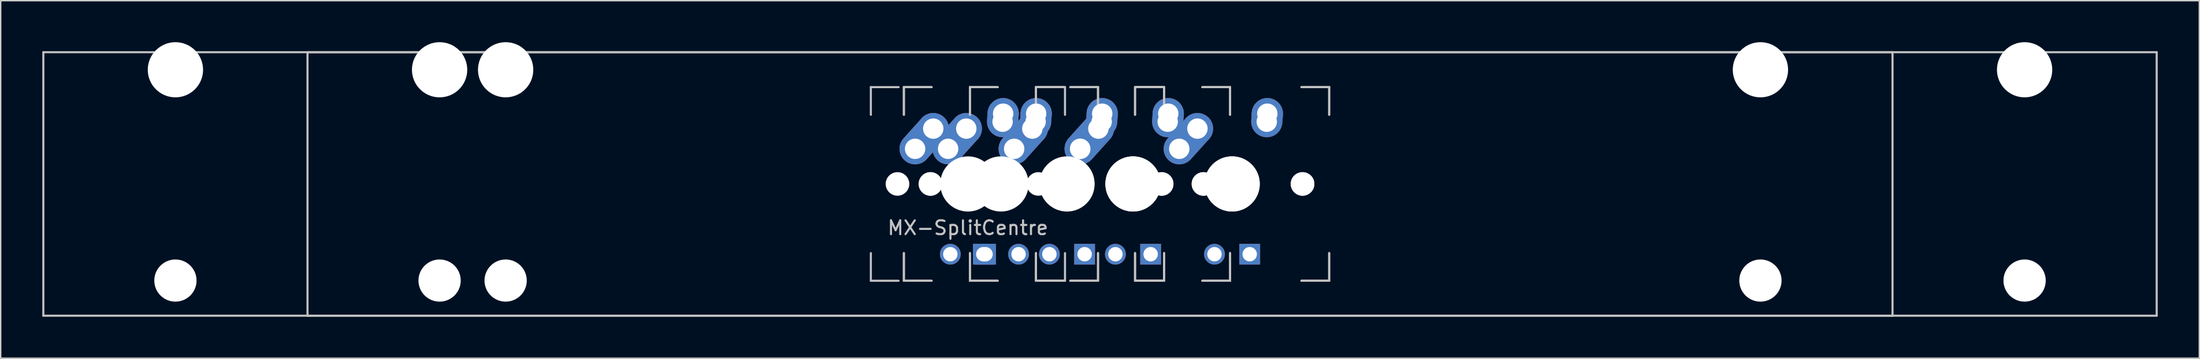
<source format=kicad_pcb>
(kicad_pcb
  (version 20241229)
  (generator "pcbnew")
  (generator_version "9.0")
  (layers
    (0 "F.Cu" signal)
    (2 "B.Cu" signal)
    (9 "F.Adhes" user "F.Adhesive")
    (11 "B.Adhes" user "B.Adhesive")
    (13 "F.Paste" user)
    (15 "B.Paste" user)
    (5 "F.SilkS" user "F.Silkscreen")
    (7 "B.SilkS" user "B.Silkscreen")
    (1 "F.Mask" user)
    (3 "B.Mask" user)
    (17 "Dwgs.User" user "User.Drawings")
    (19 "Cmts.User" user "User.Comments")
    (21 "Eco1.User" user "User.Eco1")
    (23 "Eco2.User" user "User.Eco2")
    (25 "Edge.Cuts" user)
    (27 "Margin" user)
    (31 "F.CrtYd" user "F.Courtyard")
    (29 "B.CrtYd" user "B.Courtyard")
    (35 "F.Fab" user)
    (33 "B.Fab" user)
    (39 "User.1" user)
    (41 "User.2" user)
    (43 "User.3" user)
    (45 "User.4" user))
  (footprint "MX-SplitCentre"
    (layer "F.Cu")
    (at 66.75 10.249)
    (property "Reference" "MX-SplitCentre" (at 0 3.175 0) (layer "Dwgs.User") (effects (font (size 1 1) (thickness 0.15))))
    (attr through_hole)
    (fp_line (start -66.675 -9.525) (end 66.675 -9.525) (stroke (width 0.15) (type solid)) (layer "Dwgs.User"))
    (fp_line (start -66.675 9.525) (end -66.675 -9.525) (stroke (width 0.15) (type solid)) (layer "Dwgs.User"))
    (fp_line (start -66.675 9.525) (end 66.675 9.525) (stroke (width 0.15) (type solid)) (layer "Dwgs.User"))
    (fp_line (start -47.625 -9.525) (end 85.725 -9.525) (stroke (width 0.15) (type solid)) (layer "Dwgs.User"))
    (fp_line (start -47.625 9.525) (end -47.625 -9.525) (stroke (width 0.15) (type solid)) (layer "Dwgs.User"))
    (fp_line (start -47.625 9.525) (end 85.725 9.525) (stroke (width 0.15) (type solid)) (layer "Dwgs.User"))
    (fp_line (start -7 -7) (end -7 -5) (stroke (width 0.15) (type solid)) (layer "Dwgs.User"))
    (fp_line (start -7 5) (end -7 7) (stroke (width 0.15) (type solid)) (layer "Dwgs.User"))
    (fp_line (start -7 7) (end -5 7) (stroke (width 0.15) (type solid)) (layer "Dwgs.User"))
    (fp_line (start -5 -7) (end -7 -7) (stroke (width 0.15) (type solid)) (layer "Dwgs.User"))
    (fp_line (start -4.619 -7) (end -4.619 -5) (stroke (width 0.15) (type solid)) (layer "Dwgs.User"))
    (fp_line (start -4.619 -7) (end -4.619 -5) (stroke (width 0.15) (type solid)) (layer "Dwgs.User"))
    (fp_line (start -4.619 5) (end -4.619 7) (stroke (width 0.15) (type solid)) (layer "Dwgs.User"))
    (fp_line (start -4.619 5) (end -4.619 7) (stroke (width 0.15) (type solid)) (layer "Dwgs.User"))
    (fp_line (start -4.619 7) (end -2.619 7) (stroke (width 0.15) (type solid)) (layer "Dwgs.User"))
    (fp_line (start -4.619 7) (end -2.619 7) (stroke (width 0.15) (type solid)) (layer "Dwgs.User"))
    (fp_line (start -2.619 -7) (end -4.619 -7) (stroke (width 0.15) (type solid)) (layer "Dwgs.User"))
    (fp_line (start -2.619 -7) (end -4.619 -7) (stroke (width 0.15) (type solid)) (layer "Dwgs.User"))
    (fp_line (start 0.144 -7) (end 0.144 -5) (stroke (width 0.15) (type solid)) (layer "Dwgs.User"))
    (fp_line (start 0.144 -7) (end 0.144 -5) (stroke (width 0.15) (type solid)) (layer "Dwgs.User"))
    (fp_line (start 0.144 5) (end 0.144 7) (stroke (width 0.15) (type solid)) (layer "Dwgs.User"))
    (fp_line (start 0.144 5) (end 0.144 7) (stroke (width 0.15) (type solid)) (layer "Dwgs.User"))
    (fp_line (start 0.144 7) (end 2.144 7) (stroke (width 0.15) (type solid)) (layer "Dwgs.User"))
    (fp_line (start 0.144 7) (end 2.144 7) (stroke (width 0.15) (type solid)) (layer "Dwgs.User"))
    (fp_line (start 2.144 -7) (end 0.144 -7) (stroke (width 0.15) (type solid)) (layer "Dwgs.User"))
    (fp_line (start 2.144 -7) (end 0.144 -7) (stroke (width 0.15) (type solid)) (layer "Dwgs.User"))
    (fp_line (start 4.906 -7) (end 4.906 -5) (stroke (width 0.15) (type solid)) (layer "Dwgs.User"))
    (fp_line (start 4.906 -7) (end 4.906 -5) (stroke (width 0.15) (type solid)) (layer "Dwgs.User"))
    (fp_line (start 4.906 5) (end 4.906 7) (stroke (width 0.15) (type solid)) (layer "Dwgs.User"))
    (fp_line (start 4.906 5) (end 4.906 7) (stroke (width 0.15) (type solid)) (layer "Dwgs.User"))
    (fp_line (start 4.906 7) (end 6.906 7) (stroke (width 0.15) (type solid)) (layer "Dwgs.User"))
    (fp_line (start 4.906 7) (end 6.906 7) (stroke (width 0.15) (type solid)) (layer "Dwgs.User"))
    (fp_line (start 5 -7) (end 7 -7) (stroke (width 0.15) (type solid)) (layer "Dwgs.User"))
    (fp_line (start 5 7) (end 7 7) (stroke (width 0.15) (type solid)) (layer "Dwgs.User"))
    (fp_line (start 6.906 -7) (end 4.906 -7) (stroke (width 0.15) (type solid)) (layer "Dwgs.User"))
    (fp_line (start 6.906 -7) (end 4.906 -7) (stroke (width 0.15) (type solid)) (layer "Dwgs.User"))
    (fp_line (start 7 -7) (end 7 -5) (stroke (width 0.15) (type solid)) (layer "Dwgs.User"))
    (fp_line (start 7 7) (end 7 5) (stroke (width 0.15) (type solid)) (layer "Dwgs.User"))
    (fp_line (start 7.381 -7) (end 9.381 -7) (stroke (width 0.15) (type solid)) (layer "Dwgs.User"))
    (fp_line (start 7.381 -7) (end 9.381 -7) (stroke (width 0.15) (type solid)) (layer "Dwgs.User"))
    (fp_line (start 7.381 7) (end 9.381 7) (stroke (width 0.15) (type solid)) (layer "Dwgs.User"))
    (fp_line (start 7.381 7) (end 9.381 7) (stroke (width 0.15) (type solid)) (layer "Dwgs.User"))
    (fp_line (start 9.381 -7) (end 9.381 -5) (stroke (width 0.15) (type solid)) (layer "Dwgs.User"))
    (fp_line (start 9.381 -7) (end 9.381 -5) (stroke (width 0.15) (type solid)) (layer "Dwgs.User"))
    (fp_line (start 9.381 7) (end 9.381 5) (stroke (width 0.15) (type solid)) (layer "Dwgs.User"))
    (fp_line (start 9.381 7) (end 9.381 5) (stroke (width 0.15) (type solid)) (layer "Dwgs.User"))
    (fp_line (start 12.05 -7) (end 12.05 -5) (stroke (width 0.15) (type solid)) (layer "Dwgs.User"))
    (fp_line (start 12.05 -7) (end 12.05 -5) (stroke (width 0.15) (type solid)) (layer "Dwgs.User"))
    (fp_line (start 12.05 5) (end 12.05 7) (stroke (width 0.15) (type solid)) (layer "Dwgs.User"))
    (fp_line (start 12.05 5) (end 12.05 7) (stroke (width 0.15) (type solid)) (layer "Dwgs.User"))
    (fp_line (start 12.05 7) (end 14.05 7) (stroke (width 0.15) (type solid)) (layer "Dwgs.User"))
    (fp_line (start 12.05 7) (end 14.05 7) (stroke (width 0.15) (type solid)) (layer "Dwgs.User"))
    (fp_line (start 12.144 -7) (end 14.144 -7) (stroke (width 0.15) (type solid)) (layer "Dwgs.User"))
    (fp_line (start 12.144 -7) (end 14.144 -7) (stroke (width 0.15) (type solid)) (layer "Dwgs.User"))
    (fp_line (start 12.144 7) (end 14.144 7) (stroke (width 0.15) (type solid)) (layer "Dwgs.User"))
    (fp_line (start 12.144 7) (end 14.144 7) (stroke (width 0.15) (type solid)) (layer "Dwgs.User"))
    (fp_line (start 14.05 -7) (end 12.05 -7) (stroke (width 0.15) (type solid)) (layer "Dwgs.User"))
    (fp_line (start 14.05 -7) (end 12.05 -7) (stroke (width 0.15) (type solid)) (layer "Dwgs.User"))
    (fp_line (start 14.144 -7) (end 14.144 -5) (stroke (width 0.15) (type solid)) (layer "Dwgs.User"))
    (fp_line (start 14.144 -7) (end 14.144 -5) (stroke (width 0.15) (type solid)) (layer "Dwgs.User"))
    (fp_line (start 14.144 7) (end 14.144 5) (stroke (width 0.15) (type solid)) (layer "Dwgs.User"))
    (fp_line (start 14.144 7) (end 14.144 5) (stroke (width 0.15) (type solid)) (layer "Dwgs.User"))
    (fp_line (start 16.906 -7) (end 18.906 -7) (stroke (width 0.15) (type solid)) (layer "Dwgs.User"))
    (fp_line (start 16.906 -7) (end 18.906 -7) (stroke (width 0.15) (type solid)) (layer "Dwgs.User"))
    (fp_line (start 16.906 7) (end 18.906 7) (stroke (width 0.15) (type solid)) (layer "Dwgs.User"))
    (fp_line (start 16.906 7) (end 18.906 7) (stroke (width 0.15) (type solid)) (layer "Dwgs.User"))
    (fp_line (start 18.906 -7) (end 18.906 -5) (stroke (width 0.15) (type solid)) (layer "Dwgs.User"))
    (fp_line (start 18.906 -7) (end 18.906 -5) (stroke (width 0.15) (type solid)) (layer "Dwgs.User"))
    (fp_line (start 18.906 7) (end 18.906 5) (stroke (width 0.15) (type solid)) (layer "Dwgs.User"))
    (fp_line (start 18.906 7) (end 18.906 5) (stroke (width 0.15) (type solid)) (layer "Dwgs.User"))
    (fp_line (start 24.05 -7) (end 26.05 -7) (stroke (width 0.15) (type solid)) (layer "Dwgs.User"))
    (fp_line (start 24.05 -7) (end 26.05 -7) (stroke (width 0.15) (type solid)) (layer "Dwgs.User"))
    (fp_line (start 24.05 7) (end 26.05 7) (stroke (width 0.15) (type solid)) (layer "Dwgs.User"))
    (fp_line (start 24.05 7) (end 26.05 7) (stroke (width 0.15) (type solid)) (layer "Dwgs.User"))
    (fp_line (start 26.05 -7) (end 26.05 -5) (stroke (width 0.15) (type solid)) (layer "Dwgs.User"))
    (fp_line (start 26.05 -7) (end 26.05 -5) (stroke (width 0.15) (type solid)) (layer "Dwgs.User"))
    (fp_line (start 26.05 7) (end 26.05 5) (stroke (width 0.15) (type solid)) (layer "Dwgs.User"))
    (fp_line (start 26.05 7) (end 26.05 5) (stroke (width 0.15) (type solid)) (layer "Dwgs.User"))
    (fp_line (start 66.675 -9.525) (end 66.675 9.525) (stroke (width 0.15) (type solid)) (layer "Dwgs.User"))
    (fp_line (start 85.725 -9.525) (end 85.725 9.525) (stroke (width 0.15) (type solid)) (layer "Dwgs.User"))
    (pad "" np_thru_hole circle (at -57.15 -8.255) (size 3.988 3.988) (drill 3.988) (layers "*.Cu" "*.Mask"))
    (pad "" np_thru_hole circle (at -57.15 6.985) (size 3.048 3.048) (drill 3.048) (layers "*.Cu" "*.Mask"))
    (pad "" np_thru_hole circle (at -38.1 -8.255) (size 3.988 3.988) (drill 3.988) (layers "*.Cu" "*.Mask"))
    (pad "" np_thru_hole circle (at -38.1 6.985) (size 3.048 3.048) (drill 3.048) (layers "*.Cu" "*.Mask"))
    (pad "" np_thru_hole circle (at -33.337 -8.255) (size 3.988 3.988) (drill 3.988) (layers "*.Cu" "*.Mask"))
    (pad "" np_thru_hole circle (at -33.337 6.985) (size 3.048 3.048) (drill 3.048) (layers "*.Cu" "*.Mask"))
    (pad "" np_thru_hole circle (at -5.08 0 48.1) (size 1.702 1.702) (drill 1.702) (layers "*.Cu" "*.Mask"))
    (pad "" np_thru_hole circle (at -2.699 0 48.1) (size 1.702 1.702) (drill 1.702) (layers "*.Cu" "*.Mask"))
    (pad "" np_thru_hole circle (at -2.699 0 48.1) (size 1.702 1.702) (drill 1.702) (layers "*.Cu" "*.Mask"))
    (pad "" np_thru_hole circle (at 0 0) (size 3.988 3.988) (drill 3.988) (layers "*.Cu" "*.Mask"))
    (pad "" np_thru_hole circle (at 2.064 0 48.1) (size 1.702 1.702) (drill 1.702) (layers "*.Cu" "*.Mask"))
    (pad "" np_thru_hole circle (at 2.381 0) (size 3.988 3.988) (drill 3.988) (layers "*.Cu" "*.Mask"))
    (pad "" np_thru_hole circle (at 5.08 0 48.1) (size 1.702 1.702) (drill 1.702) (layers "*.Cu" "*.Mask"))
    (pad "" np_thru_hole circle (at 7.144 0) (size 3.988 3.988) (drill 3.988) (layers "*.Cu" "*.Mask"))
    (pad "" np_thru_hole circle (at 11.906 0) (size 3.988 3.988) (drill 3.988) (layers "*.Cu" "*.Mask"))
    (pad "" np_thru_hole circle (at 11.906 0) (size 3.988 3.988) (drill 3.988) (layers "*.Cu" "*.Mask"))
    (pad "" np_thru_hole circle (at 12.224 0 48.1) (size 1.702 1.702) (drill 1.702) (layers "*.Cu" "*.Mask"))
    (pad "" np_thru_hole circle (at 12.224 0 48.1) (size 1.702 1.702) (drill 1.702) (layers "*.Cu" "*.Mask"))
    (pad "" np_thru_hole circle (at 13.97 0 48.1) (size 1.702 1.702) (drill 1.702) (layers "*.Cu" "*.Mask"))
    (pad "" np_thru_hole circle (at 13.97 0 48.1) (size 1.702 1.702) (drill 1.702) (layers "*.Cu" "*.Mask"))
    (pad "" np_thru_hole circle (at 16.986 0 48.1) (size 1.702 1.702) (drill 1.702) (layers "*.Cu" "*.Mask"))
    (pad "" np_thru_hole circle (at 16.986 0 48.1) (size 1.702 1.702) (drill 1.702) (layers "*.Cu" "*.Mask"))
    (pad "" np_thru_hole circle (at 19.05 0) (size 3.988 3.988) (drill 3.988) (layers "*.Cu" "*.Mask"))
    (pad "" np_thru_hole circle (at 19.05 0) (size 3.988 3.988) (drill 3.988) (layers "*.Cu" "*.Mask"))
    (pad "" np_thru_hole circle (at 24.13 0 48.1) (size 1.702 1.702) (drill 1.702) (layers "*.Cu" "*.Mask"))
    (pad "" np_thru_hole circle (at 24.13 0 48.1) (size 1.702 1.702) (drill 1.702) (layers "*.Cu" "*.Mask"))
    (pad "" np_thru_hole circle (at 57.15 -8.255) (size 3.988 3.988) (drill 3.988) (layers "*.Cu" "*.Mask"))
    (pad "" np_thru_hole circle (at 57.15 6.985) (size 3.048 3.048) (drill 3.048) (layers "*.Cu" "*.Mask"))
    (pad "" np_thru_hole circle (at 76.2 -8.255) (size 3.988 3.988) (drill 3.988) (layers "*.Cu" "*.Mask"))
    (pad "" np_thru_hole circle (at 76.2 6.985) (size 3.048 3.048) (drill 3.048) (layers "*.Cu" "*.Mask"))
    (pad "1" thru_hole oval (at -3.81 -2.54 48.1) (size 4.212 2.25) (drill 1.47 (offset 0.981 0)) (layers "*.Cu" "*.Mask"))
    (pad "1" thru_hole circle (at -2.5 -4) (size 2.25 2.25) (drill 1.47) (layers "*.Cu" "*.Mask"))
    (pad "1" thru_hole oval (at -1.429 -2.54 48.1) (size 4.212 2.25) (drill 1.47 (offset 0.981 0)) (layers "*.Cu" "*.Mask"))
    (pad "1" thru_hole circle (at -0.119 -4) (size 2.25 2.25) (drill 1.47) (layers "*.Cu" "*.Mask"))
    (pad "1" thru_hole oval (at 8.096 -2.54 48.1) (size 4.212 2.25) (drill 1.47 (offset 0.981 0)) (layers "*.Cu" "*.Mask"))
    (pad "1" thru_hole oval (at 8.096 -2.54 48.1) (size 4.212 2.25) (drill 1.47 (offset 0.981 0)) (layers "*.Cu" "*.Mask"))
    (pad "1" thru_hole circle (at 9.406 -4) (size 2.25 2.25) (drill 1.47) (layers "*.Cu" "*.Mask"))
    (pad "1" thru_hole oval (at 9.644 -4.5 86.055) (size 2.831 2.25) (drill 1.47 (offset 0.291 0)) (layers "*.Cu" "*.Mask"))
    (pad "1" thru_hole circle (at 9.684 -5.08) (size 2.25 2.25) (drill 1.47) (layers "*.Cu" "*.Mask"))
    (pad "1" thru_hole oval (at 21.55 -4.5 86.055) (size 2.831 2.25) (drill 1.47 (offset 0.291 0)) (layers "*.Cu" "*.Mask"))
    (pad "1" thru_hole circle (at 21.59 -5.08) (size 2.25 2.25) (drill 1.47) (layers "*.Cu" "*.Mask"))
    (pad "2" thru_hole oval (at 2.5 -4.5 86.055) (size 2.831 2.25) (drill 1.47 (offset 0.291 0)) (layers "*.Cu" "*.Mask"))
    (pad "2" thru_hole circle (at 2.54 -5.08) (size 2.25 2.25) (drill 1.47) (layers "*.Cu" "*.Mask"))
    (pad "2" thru_hole oval (at 3.334 -2.54 48.1) (size 4.212 2.25) (drill 1.47 (offset 0.981 0)) (layers "*.Cu" "*.Mask"))
    (pad "2" thru_hole circle (at 4.644 -4) (size 2.25 2.25) (drill 1.47) (layers "*.Cu" "*.Mask"))
    (pad "2" thru_hole oval (at 4.881 -4.5 86.055) (size 2.831 2.25) (drill 1.47 (offset 0.291 0)) (layers "*.Cu" "*.Mask"))
    (pad "2" thru_hole circle (at 4.921 -5.08) (size 2.25 2.25) (drill 1.47) (layers "*.Cu" "*.Mask"))
    (pad "2" thru_hole oval (at 14.406 -4.5 86.055) (size 2.831 2.25) (drill 1.47 (offset 0.291 0)) (layers "*.Cu" "*.Mask"))
    (pad "2" thru_hole circle (at 14.446 -5.08) (size 2.25 2.25) (drill 1.47) (layers "*.Cu" "*.Mask"))
    (pad "2" thru_hole oval (at 15.24 -2.54 48.1) (size 4.212 2.25) (drill 1.47 (offset 0.981 0)) (layers "*.Cu" "*.Mask"))
    (pad "2" thru_hole circle (at 16.55 -4) (size 2.25 2.25) (drill 1.47) (layers "*.Cu" "*.Mask"))
    (pad "3" thru_hole circle (at -1.27 5.08) (size 1.5 1.5) (drill 1.04) (layers "*.Cu" "*.Mask"))
    (pad "3" thru_hole circle (at 3.651 5.08) (size 1.5 1.5) (drill 1.04) (layers "*.Cu" "*.Mask"))
    (pad "3" thru_hole circle (at 5.874 5.08) (size 1.5 1.5) (drill 1.04) (layers "*.Cu" "*.Mask"))
    (pad "3" thru_hole circle (at 10.636 5.08) (size 1.5 1.5) (drill 1.04) (layers "*.Cu" "*.Mask"))
    (pad "3" thru_hole circle (at 17.78 5.08) (size 1.5 1.5) (drill 1.04) (layers "*.Cu" "*.Mask"))
    (pad "4" thru_hole rect (at 1.111 5.08) (size 1.5 1.5) (drill 1.04) (layers "*.Cu" "*.Mask"))
    (pad "4" thru_hole rect (at 1.27 5.08) (size 1.5 1.5) (drill 1.04) (layers "*.Cu" "*.Mask"))
    (pad "4" thru_hole rect (at 8.414 5.08) (size 1.5 1.5) (drill 1.04) (layers "*.Cu" "*.Mask"))
    (pad "4" thru_hole rect (at 13.176 5.08) (size 1.5 1.5) (drill 1.04) (layers "*.Cu" "*.Mask"))
    (pad "4" thru_hole rect (at 20.32 5.08) (size 1.5 1.5) (drill 1.04) (layers "*.Cu" "*.Mask")))
  (gr_rect
    (start -3 -3)
    (end 155.55 22.849)
    (stroke (width 0.1) (type default))
    (fill no)
    (layer "Edge.Cuts")))
</source>
